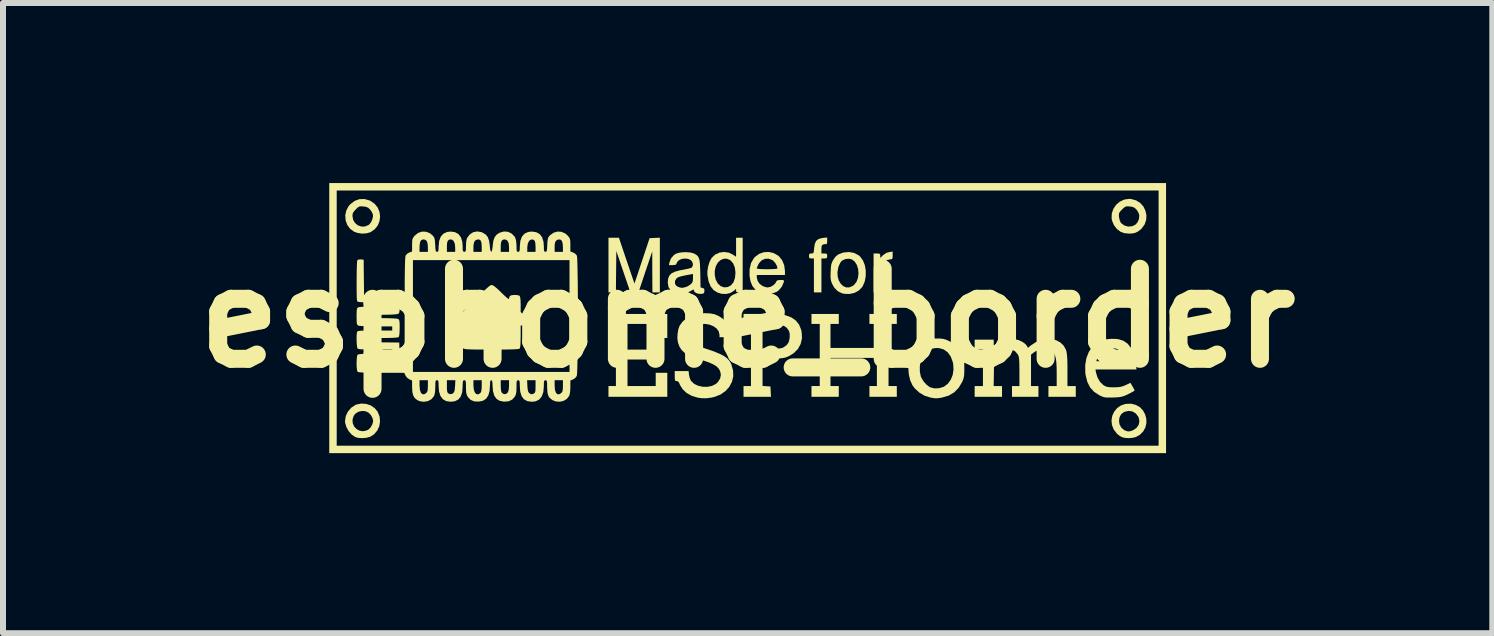
<source format=kicad_pcb>
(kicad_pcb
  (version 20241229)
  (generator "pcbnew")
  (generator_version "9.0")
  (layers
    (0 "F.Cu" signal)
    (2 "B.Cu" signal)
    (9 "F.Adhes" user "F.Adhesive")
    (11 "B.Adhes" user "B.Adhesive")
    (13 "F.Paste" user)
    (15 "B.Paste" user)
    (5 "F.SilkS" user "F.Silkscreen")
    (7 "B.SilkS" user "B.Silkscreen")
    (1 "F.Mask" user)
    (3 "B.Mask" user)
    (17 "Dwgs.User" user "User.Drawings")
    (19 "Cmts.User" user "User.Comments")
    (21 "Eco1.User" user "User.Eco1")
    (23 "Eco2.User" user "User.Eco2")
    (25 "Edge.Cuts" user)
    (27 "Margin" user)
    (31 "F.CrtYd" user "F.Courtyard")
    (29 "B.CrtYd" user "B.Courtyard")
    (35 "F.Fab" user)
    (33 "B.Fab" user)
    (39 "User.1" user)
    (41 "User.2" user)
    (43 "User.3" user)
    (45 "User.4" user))
  (footprint "esphome_border"
    (layer "F.Cu")
    (at 9.407 2.25)
    (property "Reference" "esphome_border" (at 0 0 0) (layer "F.SilkS") (effects (font (size 1.5 1.5) (thickness 0.3))))
    (attr board_only exclude_from_pos_files exclude_from_bom)
    (fp_poly (pts (xy 6.971 0) (xy 6.971 2.25) (xy 0 2.25) (xy -6.971 2.25) (xy -6.971 0) (xy -6.971 -2.126) (xy -6.847 -2.126) (xy -6.847 0) (xy -6.847 2.126) (xy 0 2.126) (xy 6.847 2.126) (xy 6.847 0) (xy 6.847 -2.126) (xy 0 -2.126) (xy -6.847 -2.126) (xy -6.971 -2.126) (xy -6.971 -2.25) (xy 0 -2.25) (xy 6.971 -2.25)) (stroke (width 0) (type solid)) (fill yes) (layer "F.SilkS"))
    (fp_poly (pts (xy -1.463 -0.884) (xy -1.463 -0.428) (xy -1.525 -0.428) (xy -1.587 -0.428) (xy -1.589 -0.77) (xy -1.59 -1.111) (xy -1.704 -0.773) (xy -1.817 -0.435) (xy -1.885 -0.431) (xy -1.953 -0.427) (xy -2.071 -0.772) (xy -2.188 -1.118) (xy -2.192 -0.773) (xy -2.195 -0.428) (xy -2.257 -0.428) (xy -2.319 -0.428) (xy -2.319 -0.883) (xy -2.319 -1.339) (xy -2.232 -1.339) (xy -2.145 -1.339) (xy -2.016 -0.957) (xy -1.886 -0.575) (xy -1.76 -0.953) (xy -1.634 -1.332) (xy -1.548 -1.336) (xy -1.463 -1.34)) (stroke (width 0) (type solid)) (fill yes) (layer "F.SilkS"))
    (fp_poly (pts (xy 2.416 -1.044) (xy 2.414 -1.005) (xy 2.408 -0.986) (xy 2.392 -0.98) (xy 2.381 -0.98) (xy 2.324 -0.968) (xy 2.272 -0.934) (xy 2.241 -0.894) (xy 2.231 -0.869) (xy 2.223 -0.835) (xy 2.218 -0.786) (xy 2.214 -0.719) (xy 2.211 -0.638) (xy 2.206 -0.428) (xy 2.152 -0.428) (xy 2.098 -0.428) (xy 2.098 -0.752) (xy 2.098 -1.077) (xy 2.153 -1.077) (xy 2.189 -1.075) (xy 2.205 -1.066) (xy 2.209 -1.045) (xy 2.209 -1.04) (xy 2.209 -1.002) (xy 2.255 -1.048) (xy 2.312 -1.087) (xy 2.359 -1.1) (xy 2.416 -1.108)) (stroke (width 0) (type solid)) (fill yes) (layer "F.SilkS"))
    (fp_poly (pts (xy -1.339 0.131) (xy -1.339 0.331) (xy -1.436 0.331) (xy -1.532 0.331) (xy -1.532 0.214) (xy -1.532 0.097) (xy -1.767 0.097) (xy -2.002 0.097) (xy -2.002 0.311) (xy -2.002 0.525) (xy -1.795 0.525) (xy -1.587 0.525) (xy -1.587 0.607) (xy -1.587 0.69) (xy -1.795 0.69) (xy -2.002 0.69) (xy -2.002 0.911) (xy -2.002 1.132) (xy -1.767 1.132) (xy -1.532 1.132) (xy -1.532 1.022) (xy -1.532 0.911) (xy -1.436 0.911) (xy -1.339 0.911) (xy -1.339 1.111) (xy -1.339 1.311) (xy -1.829 1.311) (xy -2.319 1.311) (xy -2.319 1.222) (xy -2.319 1.132) (xy -2.257 1.132) (xy -2.195 1.132) (xy -2.195 0.614) (xy -2.195 0.097) (xy -2.257 0.097) (xy -2.319 0.097) (xy -2.319 0.014) (xy -2.319 -0.069) (xy -1.829 -0.069) (xy -1.339 -0.069)) (stroke (width 0) (type solid)) (fill yes) (layer "F.SilkS"))
    (fp_poly (pts (xy 1.325 -1.284) (xy 1.322 -1.246) (xy 1.313 -1.232) (xy 1.308 -1.232) (xy 1.282 -1.233) (xy 1.26 -1.227) (xy 1.241 -1.216) (xy 1.232 -1.196) (xy 1.229 -1.158) (xy 1.229 -1.146) (xy 1.229 -1.077) (xy 1.277 -1.077) (xy 1.309 -1.074) (xy 1.323 -1.063) (xy 1.325 -1.035) (xy 1.323 -1.008) (xy 1.309 -0.996) (xy 1.277 -0.994) (xy 1.229 -0.994) (xy 1.229 -0.711) (xy 1.229 -0.428) (xy 1.166 -0.428) (xy 1.104 -0.428) (xy 1.104 -0.711) (xy 1.104 -0.994) (xy 1.063 -0.994) (xy 1.034 -0.997) (xy 1.023 -1.013) (xy 1.022 -1.035) (xy 1.025 -1.065) (xy 1.041 -1.076) (xy 1.061 -1.077) (xy 1.082 -1.078) (xy 1.095 -1.086) (xy 1.102 -1.107) (xy 1.106 -1.147) (xy 1.108 -1.168) (xy 1.119 -1.239) (xy 1.143 -1.288) (xy 1.182 -1.318) (xy 1.239 -1.334) (xy 1.255 -1.336) (xy 1.325 -1.343)) (stroke (width 0) (type solid)) (fill yes) (layer "F.SilkS"))
    (fp_poly (pts (xy -6.358 1.429) (xy -6.28 1.455) (xy -6.214 1.5) (xy -6.166 1.558) (xy -6.133 1.638) (xy -6.125 1.721) (xy -6.138 1.801) (xy -6.172 1.875) (xy -6.225 1.936) (xy -6.287 1.976) (xy -6.347 1.993) (xy -6.418 2) (xy -6.487 1.996) (xy -6.536 1.982) (xy -6.596 1.943) (xy -6.647 1.885) (xy -6.686 1.815) (xy -6.707 1.741) (xy -6.709 1.712) (xy -6.705 1.692) (xy -6.584 1.692) (xy -6.58 1.752) (xy -6.557 1.805) (xy -6.518 1.847) (xy -6.469 1.875) (xy -6.411 1.885) (xy -6.351 1.873) (xy -6.315 1.855) (xy -6.283 1.822) (xy -6.256 1.776) (xy -6.241 1.727) (xy -6.24 1.712) (xy -6.251 1.664) (xy -6.279 1.614) (xy -6.317 1.575) (xy -6.369 1.551) (xy -6.428 1.547) (xy -6.487 1.561) (xy -6.537 1.593) (xy -6.564 1.628) (xy -6.584 1.692) (xy -6.705 1.692) (xy -6.696 1.632) (xy -6.66 1.557) (xy -6.605 1.493) (xy -6.537 1.448) (xy -6.522 1.441) (xy -6.441 1.424)) (stroke (width 0) (type solid)) (fill yes) (layer "F.SilkS"))
    (fp_poly (pts (xy 6.387 1.426) (xy 6.469 1.446) (xy 6.537 1.486) (xy 6.588 1.54) (xy 6.623 1.606) (xy 6.642 1.677) (xy 6.643 1.751) (xy 6.626 1.823) (xy 6.59 1.889) (xy 6.534 1.945) (xy 6.471 1.98) (xy 6.413 1.995) (xy 6.345 2) (xy 6.278 1.995) (xy 6.233 1.982) (xy 6.195 1.96) (xy 6.156 1.929) (xy 6.151 1.924) (xy 6.098 1.854) (xy 6.069 1.779) (xy 6.063 1.713) (xy 6.187 1.713) (xy 6.196 1.771) (xy 6.224 1.823) (xy 6.268 1.862) (xy 6.285 1.871) (xy 6.326 1.886) (xy 6.36 1.888) (xy 6.399 1.877) (xy 6.427 1.865) (xy 6.481 1.827) (xy 6.515 1.776) (xy 6.527 1.716) (xy 6.514 1.655) (xy 6.509 1.643) (xy 6.467 1.589) (xy 6.411 1.555) (xy 6.347 1.546) (xy 6.28 1.561) (xy 6.267 1.567) (xy 6.221 1.604) (xy 6.195 1.655) (xy 6.187 1.713) (xy 6.063 1.713) (xy 6.062 1.702) (xy 6.075 1.627) (xy 6.107 1.559) (xy 6.155 1.5) (xy 6.218 1.456) (xy 6.294 1.43) (xy 6.382 1.426)) (stroke (width 0) (type solid)) (fill yes) (layer "F.SilkS"))
    (fp_poly (pts (xy -6.297 -1.959) (xy -6.283 -1.952) (xy -6.213 -1.903) (xy -6.164 -1.841) (xy -6.134 -1.769) (xy -6.124 -1.692) (xy -6.134 -1.615) (xy -6.163 -1.543) (xy -6.213 -1.481) (xy -6.281 -1.433) (xy -6.287 -1.43) (xy -6.352 -1.412) (xy -6.428 -1.408) (xy -6.503 -1.42) (xy -6.558 -1.44) (xy -6.625 -1.489) (xy -6.672 -1.554) (xy -6.698 -1.628) (xy -6.704 -1.703) (xy -6.585 -1.703) (xy -6.573 -1.637) (xy -6.541 -1.584) (xy -6.495 -1.546) (xy -6.439 -1.526) (xy -6.378 -1.526) (xy -6.319 -1.55) (xy -6.309 -1.557) (xy -6.276 -1.595) (xy -6.253 -1.646) (xy -6.242 -1.7) (xy -6.245 -1.73) (xy -6.26 -1.765) (xy -6.286 -1.803) (xy -6.292 -1.81) (xy -6.324 -1.839) (xy -6.359 -1.854) (xy -6.402 -1.86) (xy -6.445 -1.863) (xy -6.473 -1.858) (xy -6.499 -1.841) (xy -6.529 -1.812) (xy -6.563 -1.774) (xy -6.58 -1.743) (xy -6.585 -1.707) (xy -6.585 -1.703) (xy -6.704 -1.703) (xy -6.705 -1.708) (xy -6.689 -1.787) (xy -6.652 -1.86) (xy -6.62 -1.898) (xy -6.547 -1.953) (xy -6.468 -1.982) (xy -6.384 -1.984)) (stroke (width 0) (type solid)) (fill yes) (layer "F.SilkS"))
    (fp_poly (pts (xy -0.083 -0.883) (xy -0.083 -0.428) (xy -0.138 -0.428) (xy -0.174 -0.43) (xy -0.19 -0.439) (xy -0.193 -0.458) (xy -0.193 -0.488) (xy -0.224 -0.459) (xy -0.285 -0.42) (xy -0.358 -0.402) (xy -0.436 -0.405) (xy -0.505 -0.427) (xy -0.569 -0.468) (xy -0.617 -0.529) (xy -0.65 -0.61) (xy -0.67 -0.712) (xy -0.67 -0.715) (xy -0.548 -0.715) (xy -0.532 -0.641) (xy -0.498 -0.577) (xy -0.495 -0.574) (xy -0.447 -0.531) (xy -0.39 -0.512) (xy -0.332 -0.517) (xy -0.278 -0.546) (xy -0.235 -0.599) (xy -0.211 -0.671) (xy -0.203 -0.761) (xy -0.214 -0.843) (xy -0.241 -0.911) (xy -0.284 -0.96) (xy -0.296 -0.968) (xy -0.352 -0.991) (xy -0.408 -0.987) (xy -0.451 -0.967) (xy -0.498 -0.923) (xy -0.531 -0.862) (xy -0.548 -0.79) (xy -0.548 -0.715) (xy -0.67 -0.715) (xy -0.671 -0.783) (xy -0.658 -0.862) (xy -0.635 -0.937) (xy -0.604 -0.997) (xy -0.599 -1.004) (xy -0.542 -1.058) (xy -0.471 -1.091) (xy -0.394 -1.102) (xy -0.315 -1.091) (xy -0.243 -1.056) (xy -0.193 -1.022) (xy -0.193 -1.181) (xy -0.193 -1.339) (xy -0.138 -1.339) (xy -0.083 -1.339)) (stroke (width 0) (type solid)) (fill yes) (layer "F.SilkS"))
    (fp_poly (pts (xy 1.518 0.014) (xy 1.518 0.097) (xy 1.449 0.097) (xy 1.38 0.097) (xy 1.38 0.297) (xy 1.38 0.497) (xy 1.767 0.497) (xy 2.153 0.497) (xy 2.153 0.297) (xy 2.153 0.097) (xy 2.091 0.097) (xy 2.029 0.097) (xy 2.029 0.014) (xy 2.029 -0.069) (xy 2.257 -0.069) (xy 2.485 -0.069) (xy 2.485 0.014) (xy 2.485 0.097) (xy 2.416 0.097) (xy 2.347 0.097) (xy 2.347 0.614) (xy 2.347 1.132) (xy 2.416 1.132) (xy 2.485 1.132) (xy 2.485 1.222) (xy 2.485 1.311) (xy 2.257 1.311) (xy 2.029 1.311) (xy 2.029 1.222) (xy 2.029 1.132) (xy 2.091 1.132) (xy 2.153 1.132) (xy 2.153 0.897) (xy 2.153 0.663) (xy 1.767 0.663) (xy 1.38 0.663) (xy 1.38 0.897) (xy 1.38 1.132) (xy 1.449 1.132) (xy 1.518 1.132) (xy 1.518 1.222) (xy 1.518 1.311) (xy 1.291 1.311) (xy 1.063 1.311) (xy 1.063 1.222) (xy 1.063 1.132) (xy 1.132 1.132) (xy 1.201 1.132) (xy 1.201 0.614) (xy 1.201 0.097) (xy 1.132 0.097) (xy 1.063 0.097) (xy 1.063 0.014) (xy 1.063 -0.069) (xy 1.291 -0.069) (xy 1.518 -0.069)) (stroke (width 0) (type solid)) (fill yes) (layer "F.SilkS"))
    (fp_poly (pts (xy 6.391 -1.984) (xy 6.473 -1.961) (xy 6.541 -1.918) (xy 6.593 -1.86) (xy 6.627 -1.791) (xy 6.644 -1.715) (xy 6.64 -1.638) (xy 6.615 -1.563) (xy 6.567 -1.495) (xy 6.547 -1.476) (xy 6.499 -1.44) (xy 6.453 -1.419) (xy 6.398 -1.409) (xy 6.351 -1.408) (xy 6.277 -1.415) (xy 6.212 -1.439) (xy 6.211 -1.44) (xy 6.152 -1.485) (xy 6.103 -1.548) (xy 6.072 -1.621) (xy 6.064 -1.66) (xy 6.066 -1.723) (xy 6.185 -1.723) (xy 6.187 -1.684) (xy 6.198 -1.632) (xy 6.215 -1.593) (xy 6.22 -1.585) (xy 6.274 -1.544) (xy 6.338 -1.525) (xy 6.403 -1.53) (xy 6.456 -1.553) (xy 6.493 -1.592) (xy 6.518 -1.646) (xy 6.525 -1.704) (xy 6.523 -1.721) (xy 6.508 -1.763) (xy 6.481 -1.805) (xy 6.476 -1.811) (xy 6.445 -1.839) (xy 6.409 -1.854) (xy 6.367 -1.86) (xy 6.325 -1.863) (xy 6.297 -1.858) (xy 6.272 -1.842) (xy 6.238 -1.81) (xy 6.238 -1.81) (xy 6.206 -1.776) (xy 6.19 -1.751) (xy 6.185 -1.723) (xy 6.066 -1.723) (xy 6.067 -1.744) (xy 6.094 -1.822) (xy 6.14 -1.889) (xy 6.201 -1.941) (xy 6.275 -1.975) (xy 6.357 -1.987)) (stroke (width 0) (type solid)) (fill yes) (layer "F.SilkS"))
    (fp_poly (pts (xy 1.772 -1.086) (xy 1.845 -1.049) (xy 1.876 -1.023) (xy 1.922 -0.959) (xy 1.953 -0.879) (xy 1.968 -0.789) (xy 1.967 -0.696) (xy 1.95 -0.607) (xy 1.916 -0.53) (xy 1.908 -0.518) (xy 1.853 -0.46) (xy 1.781 -0.421) (xy 1.699 -0.402) (xy 1.612 -0.404) (xy 1.571 -0.414) (xy 1.5 -0.449) (xy 1.443 -0.508) (xy 1.412 -0.562) (xy 1.395 -0.601) (xy 1.386 -0.636) (xy 1.381 -0.675) (xy 1.381 -0.728) (xy 1.382 -0.765) (xy 1.496 -0.765) (xy 1.5 -0.692) (xy 1.518 -0.627) (xy 1.55 -0.573) (xy 1.59 -0.534) (xy 1.639 -0.512) (xy 1.691 -0.511) (xy 1.746 -0.533) (xy 1.773 -0.553) (xy 1.814 -0.605) (xy 1.838 -0.671) (xy 1.847 -0.744) (xy 1.84 -0.818) (xy 1.819 -0.886) (xy 1.783 -0.942) (xy 1.739 -0.977) (xy 1.69 -0.989) (xy 1.634 -0.985) (xy 1.583 -0.964) (xy 1.565 -0.951) (xy 1.542 -0.919) (xy 1.52 -0.874) (xy 1.51 -0.845) (xy 1.496 -0.765) (xy 1.382 -0.765) (xy 1.383 -0.771) (xy 1.386 -0.838) (xy 1.392 -0.886) (xy 1.402 -0.922) (xy 1.418 -0.956) (xy 1.425 -0.968) (xy 1.464 -1.024) (xy 1.51 -1.061) (xy 1.571 -1.085) (xy 1.601 -1.093) (xy 1.689 -1.101)) (stroke (width 0) (type solid)) (fill yes) (layer "F.SilkS"))
    (fp_poly (pts (xy 0.353 -0.068) (xy 0.444 -0.067) (xy 0.515 -0.063) (xy 0.569 -0.058) (xy 0.612 -0.052) (xy 0.629 -0.048) (xy 0.727 -0.012) (xy 0.802 0.04) (xy 0.857 0.109) (xy 0.892 0.196) (xy 0.9 0.237) (xy 0.905 0.338) (xy 0.883 0.431) (xy 0.838 0.514) (xy 0.769 0.583) (xy 0.694 0.63) (xy 0.659 0.646) (xy 0.626 0.658) (xy 0.59 0.665) (xy 0.543 0.67) (xy 0.479 0.673) (xy 0.432 0.674) (xy 0.248 0.68) (xy 0.248 0.905) (xy 0.248 1.13) (xy 0.314 1.135) (xy 0.38 1.139) (xy 0.384 1.225) (xy 0.388 1.311) (xy 0.159 1.311) (xy -0.069 1.311) (xy -0.069 1.222) (xy -0.069 1.132) (xy -0.007 1.132) (xy 0.055 1.132) (xy 0.055 0.614) (xy 0.055 0.097) (xy -0.007 0.097) (xy -0.069 0.097) (xy -0.069 0.093) (xy 0.248 0.093) (xy 0.248 0.302) (xy 0.248 0.511) (xy 0.401 0.511) (xy 0.488 0.509) (xy 0.55 0.503) (xy 0.588 0.493) (xy 0.591 0.491) (xy 0.649 0.451) (xy 0.684 0.4) (xy 0.7 0.332) (xy 0.7 0.321) (xy 0.701 0.266) (xy 0.692 0.225) (xy 0.678 0.197) (xy 0.65 0.161) (xy 0.615 0.135) (xy 0.568 0.117) (xy 0.504 0.106) (xy 0.419 0.1) (xy 0.404 0.099) (xy 0.248 0.093) (xy -0.069 0.093) (xy -0.069 0.014) (xy -0.069 -0.069) (xy 0.239 -0.069)) (stroke (width 0) (type solid)) (fill yes) (layer "F.SilkS"))
    (fp_poly (pts (xy 0.434 -1.083) (xy 0.509 -1.04) (xy 0.525 -1.026) (xy 0.575 -0.963) (xy 0.608 -0.883) (xy 0.621 -0.791) (xy 0.621 -0.777) (xy 0.621 -0.718) (xy 0.387 -0.718) (xy 0.152 -0.718) (xy 0.152 -0.68) (xy 0.165 -0.622) (xy 0.199 -0.571) (xy 0.25 -0.533) (xy 0.311 -0.513) (xy 0.336 -0.511) (xy 0.384 -0.522) (xy 0.43 -0.549) (xy 0.466 -0.586) (xy 0.476 -0.608) (xy 0.488 -0.625) (xy 0.513 -0.633) (xy 0.548 -0.635) (xy 0.586 -0.634) (xy 0.603 -0.628) (xy 0.605 -0.613) (xy 0.601 -0.597) (xy 0.571 -0.527) (xy 0.523 -0.467) (xy 0.488 -0.44) (xy 0.433 -0.418) (xy 0.364 -0.406) (xy 0.291 -0.404) (xy 0.228 -0.414) (xy 0.207 -0.421) (xy 0.134 -0.468) (xy 0.08 -0.533) (xy 0.046 -0.616) (xy 0.031 -0.712) (xy 0.033 -0.823) (xy 0.035 -0.829) (xy 0.152 -0.829) (xy 0.165 -0.822) (xy 0.205 -0.818) (xy 0.268 -0.815) (xy 0.324 -0.814) (xy 0.403 -0.816) (xy 0.458 -0.819) (xy 0.49 -0.824) (xy 0.497 -0.829) (xy 0.487 -0.87) (xy 0.462 -0.915) (xy 0.428 -0.954) (xy 0.412 -0.966) (xy 0.349 -0.99) (xy 0.288 -0.988) (xy 0.232 -0.962) (xy 0.188 -0.913) (xy 0.18 -0.899) (xy 0.163 -0.862) (xy 0.153 -0.835) (xy 0.152 -0.829) (xy 0.035 -0.829) (xy 0.057 -0.919) (xy 0.102 -0.996) (xy 0.123 -1.02) (xy 0.191 -1.07) (xy 0.27 -1.098) (xy 0.352 -1.102)) (stroke (width 0) (type solid)) (fill yes) (layer "F.SilkS"))
    (fp_poly (pts (xy 6.14 0.347) (xy 6.174 0.351) (xy 6.26 0.377) (xy 6.331 0.426) (xy 6.389 0.499) (xy 6.432 0.594) (xy 6.461 0.712) (xy 6.469 0.77) (xy 6.478 0.856) (xy 6.136 0.856) (xy 5.795 0.856) (xy 5.804 0.908) (xy 5.83 0.992) (xy 5.871 1.063) (xy 5.925 1.115) (xy 5.926 1.116) (xy 5.957 1.134) (xy 5.987 1.145) (xy 6.025 1.151) (xy 6.078 1.153) (xy 6.101 1.153) (xy 6.166 1.151) (xy 6.215 1.145) (xy 6.258 1.133) (xy 6.298 1.116) (xy 6.377 1.078) (xy 6.412 1.137) (xy 6.432 1.173) (xy 6.445 1.199) (xy 6.447 1.206) (xy 6.435 1.216) (xy 6.404 1.234) (xy 6.36 1.257) (xy 6.34 1.267) (xy 6.288 1.291) (xy 6.246 1.306) (xy 6.205 1.315) (xy 6.155 1.32) (xy 6.088 1.323) (xy 6.022 1.324) (xy 5.975 1.323) (xy 5.94 1.318) (xy 5.908 1.308) (xy 5.872 1.291) (xy 5.857 1.284) (xy 5.772 1.228) (xy 5.706 1.156) (xy 5.66 1.065) (xy 5.632 0.955) (xy 5.625 0.904) (xy 5.624 0.781) (xy 5.635 0.718) (xy 5.81 0.718) (xy 6.044 0.718) (xy 6.278 0.718) (xy 6.265 0.662) (xy 6.239 0.589) (xy 6.196 0.537) (xy 6.137 0.508) (xy 6.059 0.498) (xy 6.033 0.5) (xy 5.958 0.514) (xy 5.9 0.546) (xy 5.856 0.598) (xy 5.823 0.674) (xy 5.819 0.687) (xy 5.81 0.718) (xy 5.635 0.718) (xy 5.644 0.666) (xy 5.684 0.564) (xy 5.742 0.477) (xy 5.817 0.409) (xy 5.86 0.383) (xy 5.913 0.365) (xy 5.984 0.352) (xy 6.062 0.345)) (stroke (width 0) (type solid)) (fill yes) (layer "F.SilkS"))
    (fp_poly (pts (xy 3.213 0.341) (xy 3.262 0.347) (xy 3.306 0.36) (xy 3.348 0.378) (xy 3.44 0.432) (xy 3.512 0.502) (xy 3.567 0.591) (xy 3.571 0.599) (xy 3.588 0.639) (xy 3.6 0.675) (xy 3.606 0.714) (xy 3.609 0.764) (xy 3.61 0.834) (xy 3.61 0.835) (xy 3.609 0.906) (xy 3.606 0.957) (xy 3.599 0.996) (xy 3.588 1.031) (xy 3.574 1.064) (xy 3.515 1.162) (xy 3.441 1.237) (xy 3.35 1.291) (xy 3.242 1.323) (xy 3.238 1.324) (xy 3.187 1.333) (xy 3.15 1.336) (xy 3.115 1.335) (xy 3.069 1.328) (xy 3.05 1.325) (xy 2.952 1.295) (xy 2.861 1.242) (xy 2.784 1.171) (xy 2.745 1.118) (xy 2.708 1.036) (xy 2.685 0.938) (xy 2.677 0.833) (xy 2.679 0.806) (xy 2.868 0.806) (xy 2.869 0.894) (xy 2.885 0.973) (xy 2.891 0.987) (xy 2.926 1.048) (xy 2.974 1.104) (xy 3.027 1.145) (xy 3.044 1.154) (xy 3.113 1.171) (xy 3.19 1.168) (xy 3.263 1.146) (xy 3.273 1.141) (xy 3.336 1.093) (xy 3.385 1.025) (xy 3.417 0.944) (xy 3.43 0.853) (xy 3.424 0.759) (xy 3.417 0.731) (xy 3.383 0.639) (xy 3.333 0.57) (xy 3.268 0.523) (xy 3.189 0.5) (xy 3.147 0.498) (xy 3.084 0.506) (xy 3.02 0.528) (xy 2.968 0.559) (xy 2.951 0.575) (xy 2.911 0.638) (xy 2.883 0.718) (xy 2.868 0.806) (xy 2.679 0.806) (xy 2.685 0.729) (xy 2.707 0.635) (xy 2.724 0.594) (xy 2.784 0.501) (xy 2.857 0.429) (xy 2.945 0.378) (xy 2.995 0.358) (xy 3.041 0.346) (xy 3.093 0.341) (xy 3.147 0.34)) (stroke (width 0) (type solid)) (fill yes) (layer "F.SilkS"))
    (fp_poly (pts (xy -4.243 -0.545) (xy -4.211 -0.523) (xy -4.166 -0.485) (xy -4.106 -0.427) (xy -4.104 -0.425) (xy -4.049 -0.372) (xy -4.011 -0.338) (xy -3.988 -0.321) (xy -3.977 -0.32) (xy -3.976 -0.325) (xy -3.968 -0.357) (xy -3.959 -0.37) (xy -3.934 -0.381) (xy -3.893 -0.386) (xy -3.849 -0.385) (xy -3.812 -0.377) (xy -3.799 -0.37) (xy -3.79 -0.346) (xy -3.784 -0.299) (xy -3.782 -0.23) (xy -3.782 -0.228) (xy -3.782 -0.102) (xy -3.719 -0.041) (xy -3.673 0.007) (xy -3.646 0.042) (xy -3.635 0.07) (xy -3.637 0.096) (xy -3.638 0.097) (xy -3.648 0.114) (xy -3.671 0.122) (xy -3.714 0.124) (xy -3.714 0.124) (xy -3.782 0.124) (xy -3.782 0.308) (xy -3.784 0.397) (xy -3.787 0.46) (xy -3.794 0.498) (xy -3.799 0.508) (xy -3.812 0.513) (xy -3.842 0.517) (xy -3.89 0.52) (xy -3.958 0.522) (xy -4.049 0.524) (xy -4.164 0.524) (xy -4.267 0.525) (xy -4.393 0.524) (xy -4.494 0.524) (xy -4.573 0.523) (xy -4.633 0.521) (xy -4.676 0.519) (xy -4.706 0.516) (xy -4.726 0.511) (xy -4.737 0.506) (xy -4.741 0.503) (xy -4.75 0.488) (xy -4.756 0.463) (xy -4.76 0.424) (xy -4.762 0.365) (xy -4.763 0.303) (xy -4.763 0.126) (xy -4.828 0.122) (xy -4.869 0.117) (xy -4.889 0.108) (xy -4.897 0.09) (xy -4.898 0.084) (xy -4.897 0.072) (xy -4.888 0.054) (xy -4.869 0.028) (xy -4.839 -0.006) (xy -4.796 -0.052) (xy -4.739 -0.112) (xy -4.664 -0.188) (xy -4.602 -0.251) (xy -4.511 -0.341) (xy -4.438 -0.412) (xy -4.38 -0.467) (xy -4.335 -0.507) (xy -4.303 -0.534) (xy -4.28 -0.548) (xy -4.266 -0.552)) (stroke (width 0) (type solid)) (fill yes) (layer "F.SilkS"))
    (fp_poly (pts (xy -0.949 -1.092) (xy -0.896 -1.077) (xy -0.887 -1.073) (xy -0.855 -1.054) (xy -0.832 -1.033) (xy -0.815 -1.005) (xy -0.803 -0.968) (xy -0.796 -0.915) (xy -0.792 -0.844) (xy -0.789 -0.75) (xy -0.789 -0.743) (xy -0.785 -0.511) (xy -0.75 -0.502) (xy -0.727 -0.491) (xy -0.72 -0.469) (xy -0.721 -0.45) (xy -0.726 -0.422) (xy -0.742 -0.408) (xy -0.775 -0.403) (xy -0.778 -0.403) (xy -0.825 -0.406) (xy -0.866 -0.422) (xy -0.892 -0.446) (xy -0.897 -0.464) (xy -0.901 -0.476) (xy -0.915 -0.472) (xy -0.935 -0.459) (xy -1.009 -0.421) (xy -1.088 -0.403) (xy -1.166 -0.405) (xy -1.228 -0.425) (xy -1.285 -0.465) (xy -1.319 -0.518) (xy -1.329 -0.577) (xy -1.211 -0.577) (xy -1.198 -0.548) (xy -1.172 -0.527) (xy -1.133 -0.511) (xy -1.096 -0.504) (xy -1.084 -0.505) (xy -1.061 -0.51) (xy -1.033 -0.517) (xy -0.998 -0.531) (xy -0.959 -0.556) (xy -0.954 -0.56) (xy -0.927 -0.586) (xy -0.915 -0.614) (xy -0.911 -0.654) (xy -0.911 -0.665) (xy -0.911 -0.735) (xy -0.963 -0.726) (xy -1.044 -0.711) (xy -1.103 -0.698) (xy -1.143 -0.686) (xy -1.171 -0.673) (xy -1.185 -0.662) (xy -1.21 -0.622) (xy -1.211 -0.577) (xy -1.329 -0.577) (xy -1.331 -0.587) (xy -1.331 -0.597) (xy -1.325 -0.659) (xy -1.305 -0.708) (xy -1.269 -0.745) (xy -1.213 -0.773) (xy -1.134 -0.795) (xy -1.069 -0.807) (xy -1.013 -0.818) (xy -0.966 -0.829) (xy -0.936 -0.84) (xy -0.931 -0.843) (xy -0.913 -0.874) (xy -0.914 -0.913) (xy -0.933 -0.951) (xy -0.947 -0.965) (xy -0.992 -0.987) (xy -1.045 -0.993) (xy -1.099 -0.986) (xy -1.145 -0.965) (xy -1.175 -0.934) (xy -1.182 -0.918) (xy -1.191 -0.896) (xy -1.209 -0.886) (xy -1.246 -0.883) (xy -1.25 -0.883) (xy -1.311 -0.883) (xy -1.303 -0.928) (xy -1.277 -0.996) (xy -1.228 -1.051) (xy -1.2 -1.07) (xy -1.152 -1.087) (xy -1.087 -1.097) (xy -1.016 -1.098)) (stroke (width 0) (type solid)) (fill yes) (layer "F.SilkS"))
    (fp_poly (pts (xy 4.449 0.351) (xy 4.516 0.367) (xy 4.578 0.396) (xy 4.628 0.433) (xy 4.653 0.464) (xy 4.67 0.496) (xy 4.711 0.461) (xy 4.795 0.404) (xy 4.883 0.367) (xy 4.973 0.349) (xy 5.059 0.35) (xy 5.14 0.369) (xy 5.21 0.406) (xy 5.266 0.46) (xy 5.304 0.53) (xy 5.308 0.542) (xy 5.316 0.58) (xy 5.322 0.631) (xy 5.326 0.699) (xy 5.328 0.788) (xy 5.328 0.872) (xy 5.328 1.132) (xy 5.397 1.132) (xy 5.467 1.132) (xy 5.467 1.222) (xy 5.467 1.311) (xy 5.239 1.311) (xy 5.011 1.311) (xy 5.011 1.222) (xy 5.011 1.132) (xy 5.08 1.132) (xy 5.149 1.132) (xy 5.149 0.932) (xy 5.148 0.823) (xy 5.143 0.737) (xy 5.135 0.672) (xy 5.121 0.623) (xy 5.103 0.587) (xy 5.079 0.56) (xy 5.079 0.56) (xy 5.019 0.527) (xy 4.948 0.514) (xy 4.873 0.523) (xy 4.799 0.552) (xy 4.766 0.574) (xy 4.721 0.609) (xy 4.721 0.87) (xy 4.721 1.132) (xy 4.783 1.132) (xy 4.845 1.132) (xy 4.845 1.222) (xy 4.845 1.311) (xy 4.624 1.311) (xy 4.404 1.311) (xy 4.404 1.222) (xy 4.404 1.132) (xy 4.466 1.132) (xy 4.528 1.132) (xy 4.528 0.894) (xy 4.527 0.804) (xy 4.526 0.737) (xy 4.523 0.689) (xy 4.519 0.654) (xy 4.512 0.629) (xy 4.503 0.608) (xy 4.46 0.556) (xy 4.403 0.524) (xy 4.335 0.513) (xy 4.261 0.522) (xy 4.185 0.554) (xy 4.173 0.561) (xy 4.107 0.602) (xy 4.103 0.867) (xy 4.099 1.132) (xy 4.169 1.132) (xy 4.238 1.132) (xy 4.238 1.222) (xy 4.238 1.311) (xy 4.01 1.311) (xy 3.782 1.311) (xy 3.782 1.222) (xy 3.782 1.132) (xy 3.851 1.132) (xy 3.92 1.132) (xy 3.92 0.828) (xy 3.92 0.525) (xy 3.851 0.525) (xy 3.782 0.525) (xy 3.782 0.442) (xy 3.782 0.359) (xy 3.941 0.359) (xy 4.1 0.359) (xy 4.1 0.407) (xy 4.1 0.455) (xy 4.164 0.414) (xy 4.258 0.37) (xy 4.362 0.349)) (stroke (width 0) (type solid)) (fill yes) (layer "F.SilkS"))
    (fp_poly (pts (xy -0.623 -0.078) (xy -0.551 -0.064) (xy -0.549 -0.064) (xy -0.487 -0.037) (xy -0.422 0.005) (xy -0.365 0.056) (xy -0.323 0.107) (xy -0.318 0.116) (xy -0.291 0.146) (xy -0.267 0.152) (xy -0.249 0.154) (xy -0.239 0.164) (xy -0.235 0.19) (xy -0.235 0.235) (xy -0.235 0.318) (xy -0.352 0.318) (xy -0.469 0.318) (xy -0.469 0.28) (xy -0.482 0.223) (xy -0.516 0.175) (xy -0.567 0.137) (xy -0.629 0.111) (xy -0.699 0.097) (xy -0.77 0.098) (xy -0.837 0.114) (xy -0.897 0.147) (xy -0.913 0.161) (xy -0.956 0.217) (xy -0.973 0.279) (xy -0.966 0.34) (xy -0.934 0.397) (xy -0.911 0.419) (xy -0.882 0.437) (xy -0.832 0.459) (xy -0.766 0.485) (xy -0.69 0.512) (xy -0.673 0.517) (xy -0.56 0.556) (xy -0.471 0.593) (xy -0.401 0.628) (xy -0.349 0.665) (xy -0.31 0.705) (xy -0.281 0.751) (xy -0.271 0.774) (xy -0.243 0.874) (xy -0.24 0.97) (xy -0.262 1.062) (xy -0.306 1.145) (xy -0.37 1.216) (xy -0.453 1.274) (xy -0.553 1.313) (xy -0.6 1.324) (xy -0.691 1.336) (xy -0.773 1.334) (xy -0.838 1.324) (xy -0.934 1.294) (xy -1.018 1.247) (xy -1.084 1.184) (xy -1.129 1.111) (xy -1.133 1.099) (xy -1.151 1.064) (xy -1.173 1.05) (xy -1.183 1.049) (xy -1.201 1.047) (xy -1.21 1.036) (xy -1.214 1.01) (xy -1.215 0.966) (xy -1.215 0.883) (xy -1.099 0.883) (xy -0.984 0.883) (xy -0.977 0.947) (xy -0.966 0.995) (xy -0.949 1.037) (xy -0.943 1.047) (xy -0.892 1.095) (xy -0.826 1.127) (xy -0.749 1.144) (xy -0.67 1.145) (xy -0.595 1.13) (xy -0.531 1.098) (xy -0.499 1.07) (xy -0.459 1.008) (xy -0.446 0.943) (xy -0.46 0.88) (xy -0.485 0.838) (xy -0.522 0.802) (xy -0.576 0.769) (xy -0.65 0.737) (xy -0.747 0.704) (xy -0.776 0.696) (xy -0.89 0.659) (xy -0.98 0.621) (xy -1.049 0.58) (xy -1.1 0.532) (xy -1.136 0.477) (xy -1.16 0.411) (xy -1.161 0.409) (xy -1.171 0.34) (xy -1.168 0.261) (xy -1.155 0.185) (xy -1.135 0.129) (xy -1.087 0.062) (xy -1.019 0.001) (xy -0.94 -0.046) (xy -0.939 -0.046) (xy -0.876 -0.066) (xy -0.796 -0.078) (xy -0.708 -0.082)) (stroke (width 0) (type solid)) (fill yes) (layer "F.SilkS"))
    (fp_poly (pts (xy -4.435 -1.432) (xy -4.414 -1.423) (xy -4.364 -1.392) (xy -4.33 -1.35) (xy -4.309 -1.292) (xy -4.297 -1.213) (xy -4.297 -1.207) (xy -4.29 -1.145) (xy -4.28 -1.111) (xy -4.27 -1.104) (xy -4.27 -1.104) (xy -4.114 -1.104) (xy -4.045 -1.104) (xy -3.976 -1.104) (xy -3.976 -1.183) (xy -3.982 -1.249) (xy -4.003 -1.291) (xy -4.037 -1.31) (xy -4.051 -1.311) (xy -4.082 -1.305) (xy -4.102 -1.283) (xy -4.112 -1.242) (xy -4.114 -1.191) (xy -4.114 -1.104) (xy -4.27 -1.104) (xy -4.26 -1.124) (xy -4.251 -1.172) (xy -4.248 -1.207) (xy -4.237 -1.288) (xy -4.216 -1.347) (xy -4.183 -1.39) (xy -4.135 -1.422) (xy -4.131 -1.423) (xy -4.062 -1.443) (xy -3.994 -1.438) (xy -3.932 -1.409) (xy -3.884 -1.359) (xy -3.872 -1.338) (xy -3.86 -1.298) (xy -3.853 -1.24) (xy -3.851 -1.202) (xy -3.851 -1.151) (xy -3.847 -1.121) (xy -3.84 -1.108) (xy -3.826 -1.104) (xy -3.824 -1.104) (xy -3.672 -1.104) (xy -3.603 -1.104) (xy -3.534 -1.104) (xy -3.534 -1.192) (xy -3.538 -1.253) (xy -3.55 -1.291) (xy -3.573 -1.308) (xy -3.605 -1.309) (xy -3.638 -1.291) (xy -3.661 -1.25) (xy -3.671 -1.189) (xy -3.672 -1.17) (xy -3.672 -1.104) (xy -3.824 -1.104) (xy -3.809 -1.107) (xy -3.801 -1.12) (xy -3.797 -1.148) (xy -3.796 -1.195) (xy -3.787 -1.287) (xy -3.761 -1.357) (xy -3.718 -1.407) (xy -3.657 -1.435) (xy -3.596 -1.442) (xy -3.521 -1.431) (xy -3.464 -1.399) (xy -3.424 -1.345) (xy -3.401 -1.27) (xy -3.396 -1.195) (xy -3.395 -1.146) (xy -3.391 -1.118) (xy -3.382 -1.107) (xy -3.37 -1.104) (xy -3.216 -1.104) (xy -3.147 -1.104) (xy -3.078 -1.104) (xy -3.078 -1.181) (xy -3.083 -1.247) (xy -3.096 -1.288) (xy -3.121 -1.308) (xy -3.14 -1.311) (xy -3.178 -1.303) (xy -3.203 -1.276) (xy -3.215 -1.228) (xy -3.216 -1.186) (xy -3.216 -1.104) (xy -3.37 -1.104) (xy -3.357 -1.107) (xy -3.348 -1.119) (xy -3.343 -1.146) (xy -3.34 -1.193) (xy -3.339 -1.221) (xy -3.335 -1.279) (xy -3.33 -1.318) (xy -3.321 -1.345) (xy -3.305 -1.367) (xy -3.293 -1.38) (xy -3.234 -1.423) (xy -3.168 -1.442) (xy -3.101 -1.437) (xy -3.037 -1.409) (xy -2.997 -1.373) (xy -2.975 -1.346) (xy -2.962 -1.321) (xy -2.956 -1.29) (xy -2.954 -1.243) (xy -2.954 -1.217) (xy -2.954 -1.11) (xy -2.908 -1.093) (xy -2.871 -1.072) (xy -2.846 -1.042) (xy -2.846 -1.041) (xy -2.842 -1.02) (xy -2.839 -0.974) (xy -2.837 -0.906) (xy -2.835 -0.819) (xy -2.833 -0.715) (xy -2.831 -0.598) (xy -2.83 -0.469) (xy -2.829 -0.332) (xy -2.829 -0.189) (xy -2.829 -0.044) (xy -2.829 0.102) (xy -2.83 0.245) (xy -2.831 0.383) (xy -2.832 0.512) (xy -2.834 0.631) (xy -2.836 0.736) (xy -2.838 0.825) (xy -2.841 0.894) (xy -2.844 0.942) (xy -2.847 0.965) (xy -2.848 0.966) (xy -2.872 0.996) (xy -2.908 1.02) (xy -2.909 1.021) (xy -2.954 1.04) (xy -2.954 1.149) (xy -2.958 1.228) (xy -2.97 1.285) (xy -2.976 1.299) (xy -3.015 1.348) (xy -3.069 1.38) (xy -3.131 1.393) (xy -3.195 1.389) (xy -3.254 1.366) (xy -3.302 1.326) (xy -3.319 1.299) (xy -3.334 1.251) (xy -3.34 1.178) (xy -3.341 1.146) (xy -3.341 1.091) (xy -3.344 1.058) (xy -3.35 1.041) (xy -3.361 1.036) (xy -3.368 1.035) (xy -3.216 1.035) (xy -3.216 1.127) (xy -3.211 1.195) (xy -3.195 1.243) (xy -3.17 1.268) (xy -3.138 1.269) (xy -3.104 1.247) (xy -3.089 1.227) (xy -3.081 1.196) (xy -3.078 1.147) (xy -3.078 1.13) (xy -3.078 1.035) (xy -3.147 1.035) (xy -3.216 1.035) (xy -3.368 1.035) (xy -3.383 1.038) (xy -3.391 1.049) (xy -3.395 1.076) (xy -3.396 1.123) (xy -3.396 1.135) (xy -3.404 1.23) (xy -3.43 1.304) (xy -3.472 1.356) (xy -3.531 1.386) (xy -3.596 1.394) (xy -3.67 1.384) (xy -3.727 1.353) (xy -3.766 1.301) (xy -3.789 1.227) (xy -3.796 1.139) (xy -3.797 1.086) (xy -3.8 1.055) (xy -3.807 1.04) (xy -3.819 1.036) (xy -3.824 1.035) (xy -3.675 1.035) (xy -3.67 1.133) (xy -3.665 1.19) (xy -3.656 1.225) (xy -3.643 1.246) (xy -3.638 1.251) (xy -3.608 1.268) (xy -3.582 1.266) (xy -3.561 1.256) (xy -3.547 1.244) (xy -3.538 1.224) (xy -3.535 1.189) (xy -3.534 1.138) (xy -3.534 1.035) (xy -3.604 1.035) (xy -3.675 1.035) (xy -3.824 1.035) (xy -3.837 1.038) (xy -3.846 1.048) (xy -3.85 1.072) (xy -3.851 1.115) (xy -3.851 1.149) (xy -3.853 1.215) (xy -3.859 1.26) (xy -3.871 1.295) (xy -3.878 1.307) (xy -3.923 1.358) (xy -3.982 1.386) (xy -4.058 1.392) (xy -4.069 1.391) (xy -4.137 1.376) (xy -4.188 1.342) (xy -4.223 1.289) (xy -4.244 1.213) (xy -4.251 1.115) (xy -4.251 1.115) (xy -4.253 1.068) (xy -4.26 1.043) (xy -4.271 1.035) (xy -4.272 1.035) (xy -4.114 1.035) (xy -4.114 1.131) (xy -4.111 1.192) (xy -4.103 1.23) (xy -4.092 1.248) (xy -4.057 1.268) (xy -4.021 1.262) (xy -3.997 1.239) (xy -3.982 1.2) (xy -3.976 1.137) (xy -3.976 1.122) (xy -3.976 1.035) (xy -4.045 1.035) (xy -4.114 1.035) (xy -4.272 1.035) (xy -4.285 1.042) (xy -4.291 1.065) (xy -4.293 1.111) (xy -4.293 1.115) (xy -4.3 1.213) (xy -4.321 1.288) (xy -4.357 1.342) (xy -4.408 1.376) (xy -4.476 1.391) (xy -4.476 1.391) (xy -4.554 1.388) (xy -4.615 1.363) (xy -4.661 1.315) (xy -4.666 1.307) (xy -4.681 1.276) (xy -4.69 1.236) (xy -4.693 1.18) (xy -4.693 1.149) (xy -4.694 1.093) (xy -4.697 1.059) (xy -4.702 1.042) (xy -4.713 1.036) (xy -4.721 1.035) (xy -4.569 1.035) (xy -4.569 1.122) (xy -4.563 1.188) (xy -4.547 1.237) (xy -4.522 1.265) (xy -4.492 1.271) (xy -4.458 1.253) (xy -4.453 1.248) (xy -4.44 1.224) (xy -4.433 1.181) (xy -4.431 1.131) (xy -4.431 1.035) (xy -4.5 1.035) (xy -4.569 1.035) (xy -4.721 1.035) (xy -4.735 1.038) (xy -4.743 1.049) (xy -4.747 1.074) (xy -4.749 1.119) (xy -4.749 1.14) (xy -4.756 1.234) (xy -4.78 1.306) (xy -4.82 1.356) (xy -4.878 1.385) (xy -4.948 1.394) (xy -5.022 1.383) (xy -5.079 1.351) (xy -5.119 1.296) (xy -5.143 1.219) (xy -5.149 1.135) (xy -5.15 1.083) (xy -5.153 1.053) (xy -5.16 1.039) (xy -5.173 1.035) (xy -5.177 1.035) (xy -5.011 1.035) (xy -5.011 1.138) (xy -5.01 1.194) (xy -5.005 1.228) (xy -4.996 1.248) (xy -4.987 1.255) (xy -4.952 1.268) (xy -4.921 1.26) (xy -4.907 1.251) (xy -4.892 1.233) (xy -4.882 1.203) (xy -4.877 1.153) (xy -4.875 1.133) (xy -4.87 1.035) (xy -4.94 1.035) (xy -5.011 1.035) (xy -5.177 1.035) (xy -5.19 1.038) (xy -5.199 1.048) (xy -5.203 1.073) (xy -5.204 1.116) (xy -5.204 1.146) (xy -5.208 1.228) (xy -5.22 1.285) (xy -5.226 1.299) (xy -5.266 1.349) (xy -5.324 1.382) (xy -5.394 1.394) (xy -5.397 1.394) (xy -5.457 1.386) (xy -5.504 1.367) (xy -5.545 1.334) (xy -5.571 1.292) (xy -5.586 1.234) (xy -5.591 1.155) (xy -5.591 1.149) (xy -5.591 1.04) (xy -5.602 1.035) (xy -5.467 1.035) (xy -5.467 1.127) (xy -5.461 1.195) (xy -5.445 1.243) (xy -5.42 1.268) (xy -5.388 1.269) (xy -5.354 1.247) (xy -5.339 1.227) (xy -5.331 1.196) (xy -5.329 1.147) (xy -5.328 1.13) (xy -5.328 1.035) (xy -5.397 1.035) (xy -5.467 1.035) (xy -5.602 1.035) (xy -5.636 1.021) (xy -5.677 0.991) (xy -5.701 0.956) (xy -5.722 0.912) (xy -6.102 0.911) (xy -6.226 0.911) (xy -6.324 0.91) (xy -6.398 0.907) (xy -6.451 0.904) (xy -6.483 0.9) (xy -6.499 0.895) (xy -6.499 0.895) (xy -6.507 0.872) (xy -6.513 0.831) (xy -6.516 0.777) (xy -6.515 0.721) (xy -6.512 0.668) (xy -6.507 0.629) (xy -6.499 0.61) (xy -6.483 0.604) (xy -6.447 0.599) (xy -6.389 0.596) (xy -6.307 0.594) (xy -6.202 0.594) (xy -5.922 0.594) (xy -5.922 0.559) (xy -5.922 0.525) (xy -6.202 0.525) (xy -6.309 0.524) (xy -6.39 0.522) (xy -6.447 0.519) (xy -6.483 0.514) (xy -6.499 0.508) (xy -6.506 0.488) (xy -6.511 0.448) (xy -6.515 0.396) (xy -6.516 0.339) (xy -6.515 0.287) (xy -6.511 0.246) (xy -6.507 0.229) (xy -6.501 0.222) (xy -6.488 0.216) (xy -6.463 0.212) (xy -6.424 0.209) (xy -6.367 0.208) (xy -6.288 0.207) (xy -6.21 0.207) (xy -5.922 0.207) (xy -5.922 0.173) (xy -5.922 0.138) (xy -6.192 0.138) (xy -6.287 0.137) (xy -6.367 0.135) (xy -6.431 0.132) (xy -6.473 0.128) (xy -6.489 0.124) (xy -6.501 0.114) (xy -6.509 0.098) (xy -6.514 0.069) (xy -6.515 0.023) (xy -6.516 -0.028) (xy -6.515 -0.091) (xy -6.513 -0.133) (xy -6.508 -0.158) (xy -6.499 -0.172) (xy -6.489 -0.179) (xy -6.466 -0.184) (xy -6.419 -0.188) (xy -6.352 -0.191) (xy -6.268 -0.193) (xy -6.192 -0.193) (xy -5.922 -0.193) (xy -5.922 -0.228) (xy -5.922 -0.262) (xy -6.21 -0.262) (xy -6.308 -0.263) (xy -6.382 -0.263) (xy -6.434 -0.265) (xy -6.47 -0.268) (xy -6.492 -0.272) (xy -6.503 -0.278) (xy -6.507 -0.284) (xy -6.51 -0.306) (xy -6.513 -0.349) (xy -6.514 -0.411) (xy -6.515 -0.485) (xy -6.515 -0.566) (xy -6.515 -0.652) (xy -6.514 -0.735) (xy -6.513 -0.812) (xy -6.511 -0.879) (xy -6.508 -0.929) (xy -6.505 -0.958) (xy -6.504 -0.964) (xy -6.481 -0.976) (xy -6.445 -0.978) (xy -6.398 -0.973) (xy -6.395 -0.68) (xy -6.391 -0.387) (xy -6.111 -0.387) (xy -6.004 -0.386) (xy -5.923 -0.384) (xy -5.866 -0.381) (xy -5.83 -0.376) (xy -5.814 -0.37) (xy -5.806 -0.346) (xy -5.8 -0.298) (xy -5.798 -0.226) (xy -5.798 -0.219) (xy -5.798 -0.155) (xy -5.801 -0.114) (xy -5.806 -0.09) (xy -5.815 -0.076) (xy -5.825 -0.07) (xy -5.848 -0.065) (xy -5.895 -0.061) (xy -5.962 -0.057) (xy -6.046 -0.056) (xy -6.121 -0.055) (xy -6.214 -0.055) (xy -6.283 -0.055) (xy -6.331 -0.053) (xy -6.362 -0.05) (xy -6.38 -0.046) (xy -6.389 -0.04) (xy -6.391 -0.032) (xy -6.391 -0.028) (xy -6.39 -0.018) (xy -6.385 -0.011) (xy -6.371 -0.006) (xy -6.345 -0.003) (xy -6.304 -0.001) (xy -6.244 -0.000267) (xy -6.161 -0.000012) (xy -6.121 0) (xy -6.027 0.001) (xy -5.946 0.003) (xy -5.883 0.006) (xy -5.841 0.01) (xy -5.825 0.014) (xy -5.812 0.024) (xy -5.804 0.04) (xy -5.8 0.069) (xy -5.798 0.116) (xy -5.798 0.163) (xy -5.8 0.237) (xy -5.805 0.288) (xy -5.813 0.314) (xy -5.814 0.315) (xy -5.831 0.321) (xy -5.867 0.326) (xy -5.925 0.329) (xy -6.006 0.331) (xy -6.111 0.331) (xy -6.391 0.331) (xy -6.391 0.366) (xy -6.391 0.4) (xy -6.098 0.404) (xy -5.805 0.407) (xy -5.801 0.551) (xy -5.8 0.622) (xy -5.802 0.67) (xy -5.808 0.697) (xy -5.815 0.706) (xy -5.833 0.71) (xy -5.875 0.713) (xy -5.936 0.715) (xy -6.01 0.717) (xy -6.095 0.718) (xy -6.112 0.718) (xy -6.391 0.718) (xy -6.391 0.752) (xy -6.391 0.787) (xy -6.053 0.787) (xy -5.715 0.787) (xy -5.715 -0.11) (xy -5.715 -0.307) (xy -5.714 -0.478) (xy -5.714 -0.624) (xy -5.712 -0.746) (xy -5.711 -0.845) (xy -5.709 -0.923) (xy -5.707 -0.966) (xy -5.577 -0.966) (xy -5.577 -0.035) (xy -5.577 0.897) (xy -4.272 0.897) (xy -2.968 0.897) (xy -2.968 -0.035) (xy -2.968 -0.966) (xy -4.272 -0.966) (xy -5.577 -0.966) (xy -5.707 -0.966) (xy -5.706 -0.98) (xy -5.703 -1.018) (xy -5.7 -1.039) (xy -5.699 -1.041) (xy -5.675 -1.071) (xy -5.638 -1.093) (xy -5.637 -1.093) (xy -5.606 -1.104) (xy -5.467 -1.104) (xy -5.397 -1.104) (xy -5.328 -1.104) (xy -5.328 -1.186) (xy -5.334 -1.249) (xy -5.35 -1.289) (xy -5.38 -1.308) (xy -5.405 -1.311) (xy -5.436 -1.302) (xy -5.456 -1.273) (xy -5.465 -1.222) (xy -5.467 -1.181) (xy -5.467 -1.104) (xy -5.606 -1.104) (xy -5.591 -1.11) (xy -5.591 -1.217) (xy -5.59 -1.273) (xy -5.586 -1.309) (xy -5.576 -1.336) (xy -5.558 -1.361) (xy -5.548 -1.373) (xy -5.491 -1.419) (xy -5.426 -1.441) (xy -5.358 -1.439) (xy -5.294 -1.414) (xy -5.252 -1.38) (xy -5.232 -1.356) (xy -5.219 -1.333) (xy -5.212 -1.301) (xy -5.208 -1.254) (xy -5.206 -1.221) (xy -5.203 -1.164) (xy -5.199 -1.129) (xy -5.192 -1.111) (xy -5.181 -1.105) (xy -5.175 -1.104) (xy -5.011 -1.104) (xy -4.942 -1.104) (xy -4.873 -1.104) (xy -4.873 -1.177) (xy -4.88 -1.242) (xy -4.9 -1.287) (xy -4.931 -1.309) (xy -4.947 -1.311) (xy -4.979 -1.305) (xy -4.999 -1.284) (xy -5.009 -1.243) (xy -5.011 -1.191) (xy -5.011 -1.104) (xy -5.175 -1.104) (xy -5.161 -1.108) (xy -5.153 -1.121) (xy -5.15 -1.151) (xy -5.149 -1.195) (xy -5.14 -1.287) (xy -5.113 -1.357) (xy -5.069 -1.407) (xy -5.008 -1.435) (xy -4.949 -1.442) (xy -4.874 -1.431) (xy -4.817 -1.399) (xy -4.777 -1.345) (xy -4.754 -1.27) (xy -4.749 -1.195) (xy -4.748 -1.146) (xy -4.744 -1.119) (xy -4.735 -1.107) (xy -4.721 -1.104) (xy -4.569 -1.104) (xy -4.5 -1.104) (xy -4.431 -1.104) (xy -4.431 -1.191) (xy -4.435 -1.252) (xy -4.446 -1.289) (xy -4.468 -1.308) (xy -4.492 -1.311) (xy -4.531 -1.301) (xy -4.557 -1.269) (xy -4.568 -1.213) (xy -4.569 -1.185) (xy -4.569 -1.104) (xy -4.721 -1.104) (xy -4.707 -1.107) (xy -4.698 -1.119) (xy -4.694 -1.145) (xy -4.693 -1.193) (xy -4.693 -1.202) (xy -4.69 -1.267) (xy -4.681 -1.318) (xy -4.673 -1.338) (xy -4.629 -1.395) (xy -4.572 -1.431) (xy -4.505 -1.444)) (stroke (width 0) (type solid)) (fill yes) (layer "F.SilkS")))
  (gr_rect
    (start -3 -3)
    (end 21.814 7.5)
    (stroke (width 0.1) (type default))
    (fill no)
    (layer "Edge.Cuts")))
</source>
